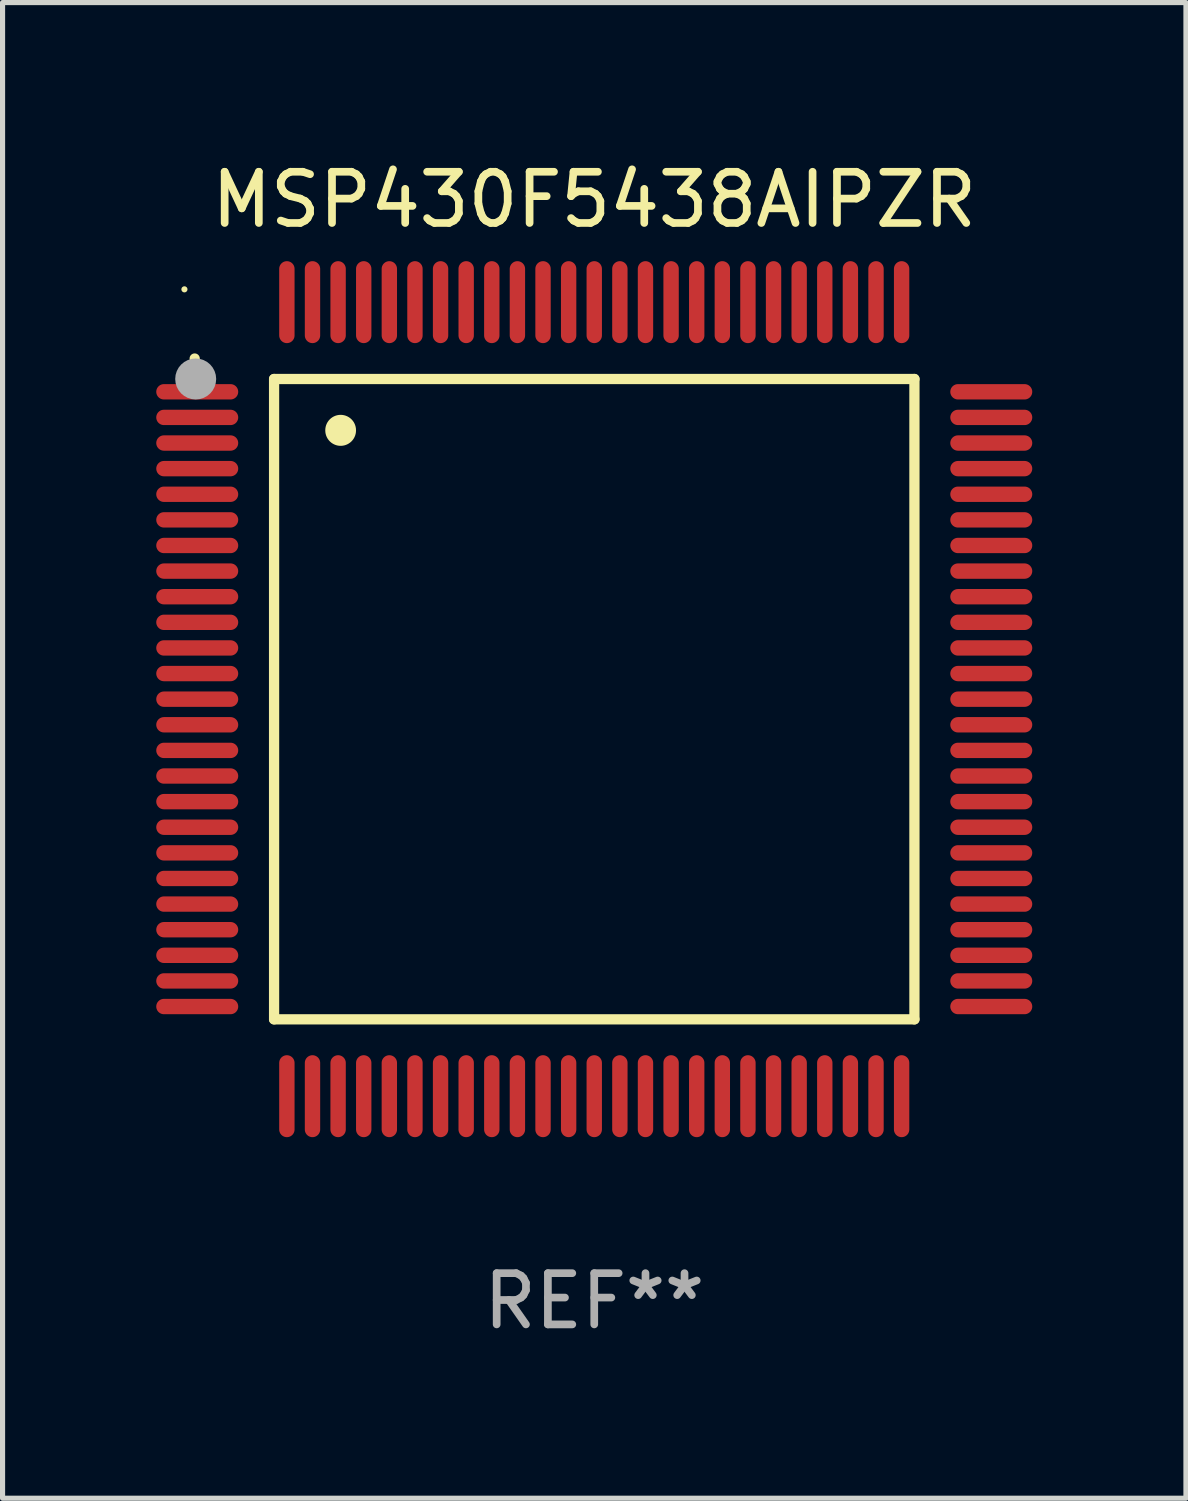
<source format=kicad_pcb>
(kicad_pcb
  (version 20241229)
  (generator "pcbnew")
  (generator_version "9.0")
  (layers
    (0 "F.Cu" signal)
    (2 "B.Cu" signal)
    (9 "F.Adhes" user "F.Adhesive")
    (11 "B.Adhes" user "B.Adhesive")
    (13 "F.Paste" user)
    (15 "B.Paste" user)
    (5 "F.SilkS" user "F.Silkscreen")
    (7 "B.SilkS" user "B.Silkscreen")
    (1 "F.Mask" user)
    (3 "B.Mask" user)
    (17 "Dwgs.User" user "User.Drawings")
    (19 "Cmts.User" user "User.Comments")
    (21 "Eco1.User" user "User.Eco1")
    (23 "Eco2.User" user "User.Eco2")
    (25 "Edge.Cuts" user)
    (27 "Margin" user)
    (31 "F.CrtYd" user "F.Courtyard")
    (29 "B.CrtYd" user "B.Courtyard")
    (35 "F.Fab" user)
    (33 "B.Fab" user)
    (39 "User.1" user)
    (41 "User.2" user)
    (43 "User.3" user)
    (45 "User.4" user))
  (footprint "MSP430F5438AIPZR"
    (layer "F.Cu")
    (at 8.55 10.598)
    (property "Reference" "MSP430F5438AIPZR" (at 0 -9.75 0) (layer "F.SilkS") (effects (font (size 1 1) (thickness 0.15))))
    (attr through_hole)
    (fp_line (start -6.25 -6.25) (end -6.25 6.25) (stroke (width 0.2) (type solid)) (layer "F.SilkS"))
    (fp_line (start -6.25 6.25) (end 6.25 6.25) (stroke (width 0.2) (type solid)) (layer "F.SilkS"))
    (fp_line (start 6.25 -6.25) (end -6.25 -6.25) (stroke (width 0.2) (type solid)) (layer "F.SilkS"))
    (fp_line (start 6.25 6.25) (end 6.25 -6.25) (stroke (width 0.2) (type solid)) (layer "F.SilkS"))
    (fp_arc (start -7.799568 -6.647625) (mid -7.799571 -6.648463) (end -7.799568 -6.649301) (stroke (width 0.2) (type solid)) (layer "F.SilkS"))
    (fp_arc (start -4.95047 -5.245111) (mid -4.950481 -5.247651) (end -4.95047 -5.250191) (stroke (width 0.6) (type solid)) (layer "F.SilkS"))
    (fp_circle (center -8 -8) (end -7.97 -8) (stroke (width 0.06) (type solid)) (fill no) (layer "F.SilkS"))
    (fp_circle (center -7.78 -6.25) (end -7.58 -6.25) (stroke (width 0.4) (type solid)) (fill no) (layer "F.Fab"))
    (fp_text user "REF**" (at 0 11.75 0) (layer "F.Fab") (effects (font (size 1 1) (thickness 0.15))))
    (pad "1" smd oval (at -7.75 -6 90) (size 0.3 1.6) (layers "F.Cu" "F.Mask" "F.Paste"))
    (pad "2" smd oval (at -7.75 -5.5 90) (size 0.3 1.6) (layers "F.Cu" "F.Mask" "F.Paste"))
    (pad "3" smd oval (at -7.75 -5 90) (size 0.3 1.6) (layers "F.Cu" "F.Mask" "F.Paste"))
    (pad "4" smd oval (at -7.75 -4.5 90) (size 0.3 1.6) (layers "F.Cu" "F.Mask" "F.Paste"))
    (pad "5" smd oval (at -7.75 -4 90) (size 0.3 1.6) (layers "F.Cu" "F.Mask" "F.Paste"))
    (pad "6" smd oval (at -7.75 -3.5 90) (size 0.3 1.6) (layers "F.Cu" "F.Mask" "F.Paste"))
    (pad "7" smd oval (at -7.75 -3 90) (size 0.3 1.6) (layers "F.Cu" "F.Mask" "F.Paste"))
    (pad "8" smd oval (at -7.75 -2.5 90) (size 0.3 1.6) (layers "F.Cu" "F.Mask" "F.Paste"))
    (pad "9" smd oval (at -7.75 -2 90) (size 0.3 1.6) (layers "F.Cu" "F.Mask" "F.Paste"))
    (pad "10" smd oval (at -7.75 -1.5 90) (size 0.3 1.6) (layers "F.Cu" "F.Mask" "F.Paste"))
    (pad "11" smd oval (at -7.75 -1 90) (size 0.3 1.6) (layers "F.Cu" "F.Mask" "F.Paste"))
    (pad "12" smd oval (at -7.75 -0.5 90) (size 0.3 1.6) (layers "F.Cu" "F.Mask" "F.Paste"))
    (pad "13" smd oval (at -7.75 0 90) (size 0.3 1.6) (layers "F.Cu" "F.Mask" "F.Paste"))
    (pad "14" smd oval (at -7.75 0.5 90) (size 0.3 1.6) (layers "F.Cu" "F.Mask" "F.Paste"))
    (pad "15" smd oval (at -7.75 1 90) (size 0.3 1.6) (layers "F.Cu" "F.Mask" "F.Paste"))
    (pad "16" smd oval (at -7.75 1.5 90) (size 0.3 1.6) (layers "F.Cu" "F.Mask" "F.Paste"))
    (pad "17" smd oval (at -7.75 2 90) (size 0.3 1.6) (layers "F.Cu" "F.Mask" "F.Paste"))
    (pad "18" smd oval (at -7.75 2.5 90) (size 0.3 1.6) (layers "F.Cu" "F.Mask" "F.Paste"))
    (pad "19" smd oval (at -7.75 3 90) (size 0.3 1.6) (layers "F.Cu" "F.Mask" "F.Paste"))
    (pad "20" smd oval (at -7.75 3.5 90) (size 0.3 1.6) (layers "F.Cu" "F.Mask" "F.Paste"))
    (pad "21" smd oval (at -7.75 4 90) (size 0.3 1.6) (layers "F.Cu" "F.Mask" "F.Paste"))
    (pad "22" smd oval (at -7.75 4.5 90) (size 0.3 1.6) (layers "F.Cu" "F.Mask" "F.Paste"))
    (pad "23" smd oval (at -7.75 5 90) (size 0.3 1.6) (layers "F.Cu" "F.Mask" "F.Paste"))
    (pad "24" smd oval (at -7.75 5.5 90) (size 0.3 1.6) (layers "F.Cu" "F.Mask" "F.Paste"))
    (pad "25" smd oval (at -7.75 6 90) (size 0.3 1.6) (layers "F.Cu" "F.Mask" "F.Paste"))
    (pad "26" smd oval (at -6 7.75) (size 0.3 1.6) (layers "F.Cu" "F.Mask" "F.Paste"))
    (pad "27" smd oval (at -5.5 7.75) (size 0.3 1.6) (layers "F.Cu" "F.Mask" "F.Paste"))
    (pad "28" smd oval (at -5 7.75) (size 0.3 1.6) (layers "F.Cu" "F.Mask" "F.Paste"))
    (pad "29" smd oval (at -4.5 7.75) (size 0.3 1.6) (layers "F.Cu" "F.Mask" "F.Paste"))
    (pad "30" smd oval (at -4 7.75) (size 0.3 1.6) (layers "F.Cu" "F.Mask" "F.Paste"))
    (pad "31" smd oval (at -3.5 7.75) (size 0.3 1.6) (layers "F.Cu" "F.Mask" "F.Paste"))
    (pad "32" smd oval (at -3 7.75) (size 0.3 1.6) (layers "F.Cu" "F.Mask" "F.Paste"))
    (pad "33" smd oval (at -2.5 7.75) (size 0.3 1.6) (layers "F.Cu" "F.Mask" "F.Paste"))
    (pad "34" smd oval (at -2 7.75) (size 0.3 1.6) (layers "F.Cu" "F.Mask" "F.Paste"))
    (pad "35" smd oval (at -1.5 7.75) (size 0.3 1.6) (layers "F.Cu" "F.Mask" "F.Paste"))
    (pad "36" smd oval (at -1 7.75) (size 0.3 1.6) (layers "F.Cu" "F.Mask" "F.Paste"))
    (pad "37" smd oval (at -0.5 7.75) (size 0.3 1.6) (layers "F.Cu" "F.Mask" "F.Paste"))
    (pad "38" smd oval (at 0 7.75) (size 0.3 1.6) (layers "F.Cu" "F.Mask" "F.Paste"))
    (pad "39" smd oval (at 0.5 7.75) (size 0.3 1.6) (layers "F.Cu" "F.Mask" "F.Paste"))
    (pad "40" smd oval (at 1 7.75) (size 0.3 1.6) (layers "F.Cu" "F.Mask" "F.Paste"))
    (pad "41" smd oval (at 1.5 7.75) (size 0.3 1.6) (layers "F.Cu" "F.Mask" "F.Paste"))
    (pad "42" smd oval (at 2 7.75) (size 0.3 1.6) (layers "F.Cu" "F.Mask" "F.Paste"))
    (pad "43" smd oval (at 2.5 7.75) (size 0.3 1.6) (layers "F.Cu" "F.Mask" "F.Paste"))
    (pad "44" smd oval (at 3 7.75) (size 0.3 1.6) (layers "F.Cu" "F.Mask" "F.Paste"))
    (pad "45" smd oval (at 3.5 7.75) (size 0.3 1.6) (layers "F.Cu" "F.Mask" "F.Paste"))
    (pad "46" smd oval (at 4 7.75) (size 0.3 1.6) (layers "F.Cu" "F.Mask" "F.Paste"))
    (pad "47" smd oval (at 4.5 7.75) (size 0.3 1.6) (layers "F.Cu" "F.Mask" "F.Paste"))
    (pad "48" smd oval (at 5 7.75) (size 0.3 1.6) (layers "F.Cu" "F.Mask" "F.Paste"))
    (pad "49" smd oval (at 5.5 7.75) (size 0.3 1.6) (layers "F.Cu" "F.Mask" "F.Paste"))
    (pad "50" smd oval (at 6 7.75) (size 0.3 1.6) (layers "F.Cu" "F.Mask" "F.Paste"))
    (pad "51" smd oval (at 7.75 6 90) (size 0.3 1.6) (layers "F.Cu" "F.Mask" "F.Paste"))
    (pad "52" smd oval (at 7.75 5.5 90) (size 0.3 1.6) (layers "F.Cu" "F.Mask" "F.Paste"))
    (pad "53" smd oval (at 7.75 5 90) (size 0.3 1.6) (layers "F.Cu" "F.Mask" "F.Paste"))
    (pad "54" smd oval (at 7.75 4.5 90) (size 0.3 1.6) (layers "F.Cu" "F.Mask" "F.Paste"))
    (pad "55" smd oval (at 7.75 4 90) (size 0.3 1.6) (layers "F.Cu" "F.Mask" "F.Paste"))
    (pad "56" smd oval (at 7.75 3.5 90) (size 0.3 1.6) (layers "F.Cu" "F.Mask" "F.Paste"))
    (pad "57" smd oval (at 7.75 3 90) (size 0.3 1.6) (layers "F.Cu" "F.Mask" "F.Paste"))
    (pad "58" smd oval (at 7.75 2.5 90) (size 0.3 1.6) (layers "F.Cu" "F.Mask" "F.Paste"))
    (pad "59" smd oval (at 7.75 2 90) (size 0.3 1.6) (layers "F.Cu" "F.Mask" "F.Paste"))
    (pad "60" smd oval (at 7.75 1.5 90) (size 0.3 1.6) (layers "F.Cu" "F.Mask" "F.Paste"))
    (pad "61" smd oval (at 7.75 1 90) (size 0.3 1.6) (layers "F.Cu" "F.Mask" "F.Paste"))
    (pad "62" smd oval (at 7.75 0.5 90) (size 0.3 1.6) (layers "F.Cu" "F.Mask" "F.Paste"))
    (pad "63" smd oval (at 7.75 0 90) (size 0.3 1.6) (layers "F.Cu" "F.Mask" "F.Paste"))
    (pad "64" smd oval (at 7.75 -0.5 90) (size 0.3 1.6) (layers "F.Cu" "F.Mask" "F.Paste"))
    (pad "65" smd oval (at 7.75 -1 90) (size 0.3 1.6) (layers "F.Cu" "F.Mask" "F.Paste"))
    (pad "66" smd oval (at 7.75 -1.5 90) (size 0.3 1.6) (layers "F.Cu" "F.Mask" "F.Paste"))
    (pad "67" smd oval (at 7.75 -2 90) (size 0.3 1.6) (layers "F.Cu" "F.Mask" "F.Paste"))
    (pad "68" smd oval (at 7.75 -2.5 90) (size 0.3 1.6) (layers "F.Cu" "F.Mask" "F.Paste"))
    (pad "69" smd oval (at 7.75 -3 90) (size 0.3 1.6) (layers "F.Cu" "F.Mask" "F.Paste"))
    (pad "70" smd oval (at 7.75 -3.5 90) (size 0.3 1.6) (layers "F.Cu" "F.Mask" "F.Paste"))
    (pad "71" smd oval (at 7.75 -4 90) (size 0.3 1.6) (layers "F.Cu" "F.Mask" "F.Paste"))
    (pad "72" smd oval (at 7.75 -4.5 90) (size 0.3 1.6) (layers "F.Cu" "F.Mask" "F.Paste"))
    (pad "73" smd oval (at 7.75 -5 90) (size 0.3 1.6) (layers "F.Cu" "F.Mask" "F.Paste"))
    (pad "74" smd oval (at 7.75 -5.5 90) (size 0.3 1.6) (layers "F.Cu" "F.Mask" "F.Paste"))
    (pad "75" smd oval (at 7.75 -6 90) (size 0.3 1.6) (layers "F.Cu" "F.Mask" "F.Paste"))
    (pad "76" smd oval (at 6 -7.75) (size 0.3 1.6) (layers "F.Cu" "F.Mask" "F.Paste"))
    (pad "77" smd oval (at 5.5 -7.75) (size 0.3 1.6) (layers "F.Cu" "F.Mask" "F.Paste"))
    (pad "78" smd oval (at 5 -7.75) (size 0.3 1.6) (layers "F.Cu" "F.Mask" "F.Paste"))
    (pad "79" smd oval (at 4.5 -7.75) (size 0.3 1.6) (layers "F.Cu" "F.Mask" "F.Paste"))
    (pad "80" smd oval (at 4 -7.75) (size 0.3 1.6) (layers "F.Cu" "F.Mask" "F.Paste"))
    (pad "81" smd oval (at 3.5 -7.75) (size 0.3 1.6) (layers "F.Cu" "F.Mask" "F.Paste"))
    (pad "82" smd oval (at 3 -7.75) (size 0.3 1.6) (layers "F.Cu" "F.Mask" "F.Paste"))
    (pad "83" smd oval (at 2.5 -7.75) (size 0.3 1.6) (layers "F.Cu" "F.Mask" "F.Paste"))
    (pad "84" smd oval (at 2 -7.75) (size 0.3 1.6) (layers "F.Cu" "F.Mask" "F.Paste"))
    (pad "85" smd oval (at 1.5 -7.75) (size 0.3 1.6) (layers "F.Cu" "F.Mask" "F.Paste"))
    (pad "86" smd oval (at 1 -7.75) (size 0.3 1.6) (layers "F.Cu" "F.Mask" "F.Paste"))
    (pad "87" smd oval (at 0.5 -7.75) (size 0.3 1.6) (layers "F.Cu" "F.Mask" "F.Paste"))
    (pad "88" smd oval (at 0 -7.75) (size 0.3 1.6) (layers "F.Cu" "F.Mask" "F.Paste"))
    (pad "89" smd oval (at -0.5 -7.75) (size 0.3 1.6) (layers "F.Cu" "F.Mask" "F.Paste"))
    (pad "90" smd oval (at -1 -7.75) (size 0.3 1.6) (layers "F.Cu" "F.Mask" "F.Paste"))
    (pad "91" smd oval (at -1.5 -7.75) (size 0.3 1.6) (layers "F.Cu" "F.Mask" "F.Paste"))
    (pad "92" smd oval (at -2 -7.75) (size 0.3 1.6) (layers "F.Cu" "F.Mask" "F.Paste"))
    (pad "93" smd oval (at -2.5 -7.75) (size 0.3 1.6) (layers "F.Cu" "F.Mask" "F.Paste"))
    (pad "94" smd oval (at -3 -7.75) (size 0.3 1.6) (layers "F.Cu" "F.Mask" "F.Paste"))
    (pad "95" smd oval (at -3.5 -7.75) (size 0.3 1.6) (layers "F.Cu" "F.Mask" "F.Paste"))
    (pad "96" smd oval (at -4 -7.75) (size 0.3 1.6) (layers "F.Cu" "F.Mask" "F.Paste"))
    (pad "97" smd oval (at -4.5 -7.75) (size 0.3 1.6) (layers "F.Cu" "F.Mask" "F.Paste"))
    (pad "98" smd oval (at -5 -7.75) (size 0.3 1.6) (layers "F.Cu" "F.Mask" "F.Paste"))
    (pad "99" smd oval (at -5.5 -7.75) (size 0.3 1.6) (layers "F.Cu" "F.Mask" "F.Paste"))
    (pad "100" smd oval (at -6 -7.75) (size 0.3 1.6) (layers "F.Cu" "F.Mask" "F.Paste")))
  (gr_rect
    (start -3 -3)
    (end 20.1 26.196)
    (stroke (width 0.1) (type default))
    (fill no)
    (layer "Edge.Cuts")))
</source>
